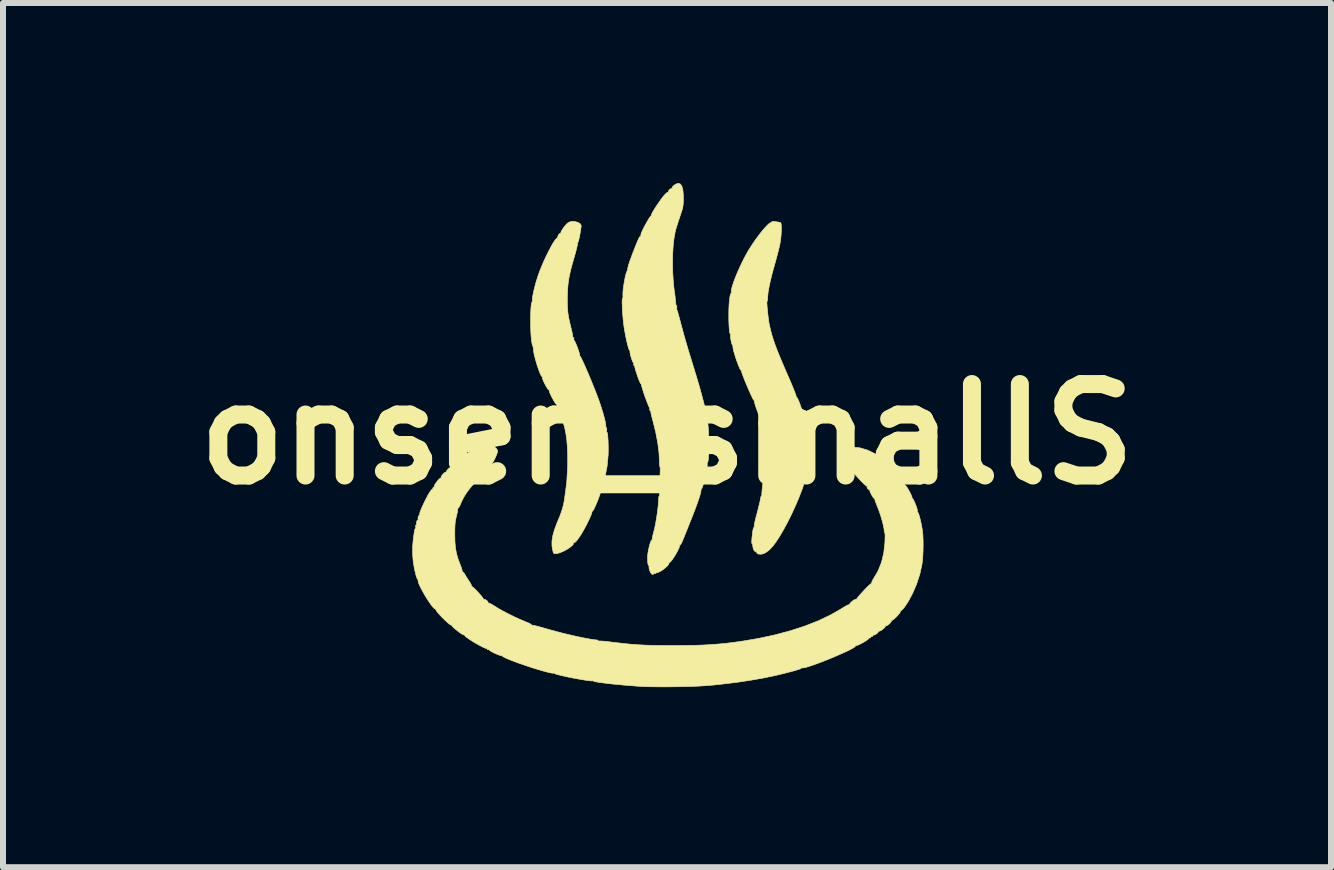
<source format=kicad_pcb>
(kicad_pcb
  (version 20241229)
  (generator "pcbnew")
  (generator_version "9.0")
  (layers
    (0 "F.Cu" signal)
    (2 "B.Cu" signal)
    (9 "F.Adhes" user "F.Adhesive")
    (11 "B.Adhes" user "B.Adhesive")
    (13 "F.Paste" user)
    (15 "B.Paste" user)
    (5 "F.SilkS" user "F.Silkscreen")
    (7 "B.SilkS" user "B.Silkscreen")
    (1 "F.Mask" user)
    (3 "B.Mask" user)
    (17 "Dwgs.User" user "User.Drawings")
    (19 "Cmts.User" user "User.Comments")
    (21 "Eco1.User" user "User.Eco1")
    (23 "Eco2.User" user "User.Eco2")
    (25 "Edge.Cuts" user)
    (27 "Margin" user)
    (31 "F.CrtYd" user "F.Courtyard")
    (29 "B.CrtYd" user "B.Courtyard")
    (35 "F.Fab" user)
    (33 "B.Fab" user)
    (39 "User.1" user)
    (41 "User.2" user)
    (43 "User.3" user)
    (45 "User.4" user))
  (footprint "onsen_smallS"
    (layer "F.Cu")
    (at 8.063 4.183)
    (property "Reference" "onsen_smallS" (at 0 0 0) (layer "F.SilkS") (effects (font (size 1.524 1.524) (thickness 0.3))))
    (attr through_hole)
    (fp_poly (pts (xy -1.518 -3.538) (xy -1.475 -3.523) (xy -1.444 -3.502) (xy -1.43 -3.475) (xy -1.43 -3.465) (xy -1.441 -3.388) (xy -1.453 -3.318) (xy -1.465 -3.261) (xy -1.475 -3.22) (xy -1.483 -3.197) (xy -1.487 -3.195) (xy -1.493 -3.192) (xy -1.491 -3.182) (xy -1.492 -3.164) (xy -1.499 -3.126) (xy -1.512 -3.073) (xy -1.528 -3.011) (xy -1.537 -2.982) (xy -1.571 -2.862) (xy -1.599 -2.761) (xy -1.619 -2.675) (xy -1.635 -2.597) (xy -1.646 -2.524) (xy -1.653 -2.45) (xy -1.658 -2.37) (xy -1.66 -2.329) (xy -1.662 -2.212) (xy -1.659 -2.111) (xy -1.651 -2.017) (xy -1.635 -1.921) (xy -1.611 -1.815) (xy -1.599 -1.767) (xy -1.585 -1.71) (xy -1.575 -1.66) (xy -1.57 -1.625) (xy -1.57 -1.61) (xy -1.571 -1.602) (xy -1.562 -1.607) (xy -1.551 -1.609) (xy -1.552 -1.591) (xy -1.553 -1.588) (xy -1.556 -1.569) (xy -1.552 -1.568) (xy -1.545 -1.561) (xy -1.531 -1.535) (xy -1.514 -1.497) (xy -1.496 -1.451) (xy -1.479 -1.404) (xy -1.465 -1.361) (xy -1.456 -1.328) (xy -1.454 -1.311) (xy -1.454 -1.311) (xy -1.454 -1.299) (xy -1.45 -1.3) (xy -1.442 -1.291) (xy -1.426 -1.262) (xy -1.404 -1.215) (xy -1.376 -1.154) (xy -1.345 -1.082) (xy -1.31 -1.002) (xy -1.275 -0.918) (xy -1.24 -0.832) (xy -1.206 -0.748) (xy -1.175 -0.669) (xy -1.148 -0.598) (xy -1.129 -0.546) (xy -1.097 -0.449) (xy -1.069 -0.359) (xy -1.047 -0.279) (xy -1.03 -0.211) (xy -1.021 -0.16) (xy -1.019 -0.129) (xy -1.02 -0.126) (xy -1.02 -0.109) (xy -1.013 -0.11) (xy -1.005 -0.105) (xy -1.005 -0.078) (xy -1.005 -0.072) (xy -1.007 -0.045) (xy -1.003 -0.032) (xy -1.002 -0.033) (xy -0.996 -0.025) (xy -0.99 0.005) (xy -0.986 0.051) (xy -0.982 0.11) (xy -0.98 0.178) (xy -0.979 0.25) (xy -0.98 0.323) (xy -0.981 0.349) (xy -0.998 0.532) (xy -1.034 0.722) (xy -1.091 0.923) (xy -1.097 0.942) (xy -1.125 1.024) (xy -1.153 1.101) (xy -1.181 1.168) (xy -1.206 1.224) (xy -1.226 1.264) (xy -1.242 1.285) (xy -1.248 1.287) (xy -1.255 1.287) (xy -1.252 1.294) (xy -1.253 1.311) (xy -1.265 1.346) (xy -1.286 1.395) (xy -1.313 1.452) (xy -1.344 1.514) (xy -1.377 1.576) (xy -1.41 1.634) (xy -1.435 1.676) (xy -1.479 1.741) (xy -1.512 1.783) (xy -1.536 1.805) (xy -1.553 1.808) (xy -1.553 1.807) (xy -1.56 1.808) (xy -1.558 1.813) (xy -1.56 1.832) (xy -1.581 1.857) (xy -1.617 1.886) (xy -1.663 1.917) (xy -1.714 1.945) (xy -1.767 1.969) (xy -1.816 1.985) (xy -1.84 1.99) (xy -1.87 1.993) (xy -1.886 1.987) (xy -1.896 1.967) (xy -1.903 1.939) (xy -1.917 1.862) (xy -1.917 1.782) (xy -1.904 1.696) (xy -1.877 1.599) (xy -1.836 1.487) (xy -1.824 1.458) (xy -1.788 1.372) (xy -1.762 1.301) (xy -1.742 1.239) (xy -1.726 1.177) (xy -1.712 1.11) (xy -1.709 1.088) (xy -1.671 0.807) (xy -1.655 0.529) (xy -1.655 0.343) (xy -1.661 0.204) (xy -1.671 0.085) (xy -1.687 -0.021) (xy -1.708 -0.12) (xy -1.738 -0.217) (xy -1.777 -0.318) (xy -1.802 -0.379) (xy -1.82 -0.424) (xy -1.832 -0.461) (xy -1.835 -0.483) (xy -1.834 -0.485) (xy -1.832 -0.494) (xy -1.837 -0.492) (xy -1.848 -0.499) (xy -1.866 -0.523) (xy -1.888 -0.56) (xy -1.912 -0.603) (xy -1.934 -0.646) (xy -1.951 -0.685) (xy -1.961 -0.714) (xy -1.961 -0.726) (xy -1.959 -0.735) (xy -1.964 -0.733) (xy -1.976 -0.739) (xy -1.994 -0.763) (xy -2.016 -0.799) (xy -2.038 -0.841) (xy -2.058 -0.882) (xy -2.072 -0.918) (xy -2.078 -0.943) (xy -2.078 -0.947) (xy -2.077 -0.96) (xy -2.082 -0.959) (xy -2.092 -0.966) (xy -2.107 -0.994) (xy -2.125 -1.037) (xy -2.145 -1.092) (xy -2.166 -1.154) (xy -2.185 -1.219) (xy -2.202 -1.283) (xy -2.216 -1.341) (xy -2.224 -1.389) (xy -2.226 -1.412) (xy -2.229 -1.445) (xy -2.234 -1.464) (xy -2.237 -1.466) (xy -2.242 -1.475) (xy -2.248 -1.505) (xy -2.256 -1.548) (xy -2.259 -1.573) (xy -2.265 -1.632) (xy -2.269 -1.703) (xy -2.272 -1.78) (xy -2.273 -1.861) (xy -2.273 -1.941) (xy -2.271 -2.016) (xy -2.268 -2.084) (xy -2.264 -2.14) (xy -2.258 -2.18) (xy -2.252 -2.201) (xy -2.247 -2.203) (xy -2.242 -2.208) (xy -2.244 -2.222) (xy -2.245 -2.25) (xy -2.238 -2.297) (xy -2.226 -2.359) (xy -2.209 -2.432) (xy -2.189 -2.51) (xy -2.165 -2.588) (xy -2.145 -2.652) (xy -2.116 -2.729) (xy -2.083 -2.81) (xy -2.047 -2.894) (xy -2.008 -2.976) (xy -1.969 -3.054) (xy -1.932 -3.124) (xy -1.898 -3.184) (xy -1.868 -3.23) (xy -1.844 -3.26) (xy -1.828 -3.269) (xy -1.826 -3.268) (xy -1.818 -3.268) (xy -1.821 -3.274) (xy -1.821 -3.293) (xy -1.81 -3.317) (xy -1.794 -3.338) (xy -1.778 -3.346) (xy -1.775 -3.344) (xy -1.767 -3.344) (xy -1.77 -3.351) (xy -1.768 -3.367) (xy -1.752 -3.397) (xy -1.728 -3.434) (xy -1.7 -3.471) (xy -1.671 -3.503) (xy -1.648 -3.523) (xy -1.61 -3.54) (xy -1.565 -3.544) (xy -1.518 -3.538)) (stroke (width 0.01) (type solid)) (fill yes) (layer "F.SilkS"))
    (fp_poly (pts (xy 1.807 -3.54) (xy 1.849 -3.534) (xy 1.881 -3.528) (xy 1.892 -3.524) (xy 1.9 -3.507) (xy 1.904 -3.469) (xy 1.905 -3.417) (xy 1.903 -3.355) (xy 1.898 -3.288) (xy 1.89 -3.222) (xy 1.88 -3.164) (xy 1.868 -3.11) (xy 1.85 -3.038) (xy 1.829 -2.957) (xy 1.806 -2.872) (xy 1.791 -2.819) (xy 1.753 -2.682) (xy 1.722 -2.557) (xy 1.699 -2.448) (xy 1.683 -2.356) (xy 1.677 -2.286) (xy 1.676 -2.272) (xy 1.675 -2.237) (xy 1.67 -2.217) (xy 1.667 -2.214) (xy 1.664 -2.205) (xy 1.664 -2.176) (xy 1.667 -2.131) (xy 1.672 -2.075) (xy 1.678 -2.014) (xy 1.685 -1.952) (xy 1.693 -1.894) (xy 1.7 -1.845) (xy 1.702 -1.836) (xy 1.719 -1.759) (xy 1.739 -1.68) (xy 1.763 -1.598) (xy 1.793 -1.509) (xy 1.83 -1.41) (xy 1.875 -1.298) (xy 1.929 -1.17) (xy 1.992 -1.023) (xy 2.009 -0.985) (xy 2.047 -0.898) (xy 2.081 -0.818) (xy 2.11 -0.747) (xy 2.132 -0.69) (xy 2.147 -0.649) (xy 2.153 -0.628) (xy 2.153 -0.626) (xy 2.153 -0.614) (xy 2.158 -0.615) (xy 2.167 -0.608) (xy 2.182 -0.58) (xy 2.2 -0.538) (xy 2.22 -0.485) (xy 2.24 -0.426) (xy 2.259 -0.366) (xy 2.276 -0.309) (xy 2.288 -0.261) (xy 2.294 -0.225) (xy 2.294 -0.209) (xy 2.293 -0.196) (xy 2.298 -0.196) (xy 2.306 -0.19) (xy 2.314 -0.168) (xy 2.32 -0.137) (xy 2.321 -0.108) (xy 2.317 -0.088) (xy 2.317 -0.087) (xy 2.315 -0.078) (xy 2.321 -0.081) (xy 2.329 -0.074) (xy 2.337 -0.05) (xy 2.343 -0.015) (xy 2.347 0.023) (xy 2.347 0.056) (xy 2.343 0.077) (xy 2.342 0.077) (xy 2.34 0.087) (xy 2.349 0.083) (xy 2.356 0.09) (xy 2.36 0.119) (xy 2.362 0.165) (xy 2.362 0.224) (xy 2.361 0.293) (xy 2.358 0.367) (xy 2.353 0.443) (xy 2.347 0.516) (xy 2.341 0.583) (xy 2.333 0.64) (xy 2.326 0.673) (xy 2.295 0.785) (xy 2.254 0.91) (xy 2.202 1.045) (xy 2.144 1.183) (xy 2.08 1.323) (xy 2.013 1.459) (xy 1.944 1.586) (xy 1.877 1.702) (xy 1.812 1.801) (xy 1.758 1.872) (xy 1.696 1.936) (xy 1.635 1.979) (xy 1.578 2) (xy 1.525 1.998) (xy 1.514 1.994) (xy 1.494 1.979) (xy 1.493 1.967) (xy 1.495 1.958) (xy 1.49 1.96) (xy 1.471 1.959) (xy 1.452 1.94) (xy 1.437 1.908) (xy 1.429 1.871) (xy 1.429 1.867) (xy 1.426 1.838) (xy 1.42 1.825) (xy 1.417 1.826) (xy 1.412 1.818) (xy 1.411 1.789) (xy 1.414 1.743) (xy 1.414 1.739) (xy 1.423 1.659) (xy 1.43 1.603) (xy 1.438 1.569) (xy 1.445 1.556) (xy 1.448 1.556) (xy 1.454 1.551) (xy 1.452 1.539) (xy 1.453 1.519) (xy 1.46 1.479) (xy 1.472 1.425) (xy 1.488 1.361) (xy 1.498 1.326) (xy 1.516 1.255) (xy 1.533 1.187) (xy 1.547 1.13) (xy 1.555 1.088) (xy 1.557 1.077) (xy 1.564 1.043) (xy 1.572 1.025) (xy 1.576 1.023) (xy 1.582 1.02) (xy 1.58 1.012) (xy 1.579 0.994) (xy 1.582 0.955) (xy 1.587 0.9) (xy 1.595 0.834) (xy 1.601 0.779) (xy 1.618 0.632) (xy 1.628 0.484) (xy 1.632 0.34) (xy 1.631 0.204) (xy 1.624 0.082) (xy 1.61 -0.023) (xy 1.603 -0.061) (xy 1.591 -0.116) (xy 1.584 -0.163) (xy 1.581 -0.195) (xy 1.583 -0.207) (xy 1.585 -0.215) (xy 1.581 -0.212) (xy 1.573 -0.22) (xy 1.56 -0.247) (xy 1.542 -0.288) (xy 1.522 -0.338) (xy 1.502 -0.391) (xy 1.483 -0.444) (xy 1.468 -0.491) (xy 1.458 -0.527) (xy 1.456 -0.542) (xy 1.452 -0.561) (xy 1.447 -0.565) (xy 1.439 -0.574) (xy 1.424 -0.602) (xy 1.403 -0.646) (xy 1.378 -0.701) (xy 1.35 -0.763) (xy 1.323 -0.828) (xy 1.296 -0.892) (xy 1.273 -0.951) (xy 1.254 -1.001) (xy 1.242 -1.036) (xy 1.239 -1.054) (xy 1.239 -1.055) (xy 1.241 -1.065) (xy 1.235 -1.062) (xy 1.225 -1.07) (xy 1.21 -1.097) (xy 1.192 -1.139) (xy 1.172 -1.192) (xy 1.151 -1.251) (xy 1.132 -1.311) (xy 1.115 -1.368) (xy 1.103 -1.416) (xy 1.097 -1.452) (xy 1.098 -1.469) (xy 1.098 -1.481) (xy 1.093 -1.48) (xy 1.086 -1.488) (xy 1.077 -1.513) (xy 1.068 -1.55) (xy 1.061 -1.59) (xy 1.057 -1.627) (xy 1.058 -1.653) (xy 1.059 -1.658) (xy 1.06 -1.671) (xy 1.056 -1.671) (xy 1.048 -1.678) (xy 1.041 -1.709) (xy 1.036 -1.76) (xy 1.032 -1.829) (xy 1.029 -1.914) (xy 1.029 -1.996) (xy 1.03 -2.073) (xy 1.033 -2.147) (xy 1.039 -2.215) (xy 1.045 -2.272) (xy 1.053 -2.315) (xy 1.06 -2.339) (xy 1.067 -2.343) (xy 1.072 -2.349) (xy 1.07 -2.366) (xy 1.072 -2.4) (xy 1.084 -2.454) (xy 1.106 -2.522) (xy 1.135 -2.602) (xy 1.171 -2.689) (xy 1.212 -2.781) (xy 1.256 -2.874) (xy 1.302 -2.963) (xy 1.348 -3.046) (xy 1.364 -3.073) (xy 1.416 -3.154) (xy 1.47 -3.234) (xy 1.525 -3.309) (xy 1.578 -3.377) (xy 1.627 -3.435) (xy 1.671 -3.481) (xy 1.705 -3.512) (xy 1.73 -3.525) (xy 1.736 -3.525) (xy 1.748 -3.525) (xy 1.745 -3.533) (xy 1.747 -3.541) (xy 1.769 -3.543) (xy 1.807 -3.54)) (stroke (width 0.01) (type solid)) (fill yes) (layer "F.SilkS"))
    (fp_poly (pts (xy 0.222 -4.167) (xy 0.246 -4.132) (xy 0.263 -4.074) (xy 0.271 -3.993) (xy 0.273 -3.924) (xy 0.272 -3.869) (xy 0.269 -3.825) (xy 0.263 -3.785) (xy 0.253 -3.742) (xy 0.236 -3.689) (xy 0.213 -3.619) (xy 0.189 -3.549) (xy 0.167 -3.479) (xy 0.148 -3.418) (xy 0.136 -3.371) (xy 0.135 -3.365) (xy 0.116 -3.259) (xy 0.102 -3.133) (xy 0.094 -2.993) (xy 0.092 -2.845) (xy 0.095 -2.695) (xy 0.104 -2.547) (xy 0.118 -2.408) (xy 0.122 -2.381) (xy 0.131 -2.317) (xy 0.138 -2.257) (xy 0.143 -2.21) (xy 0.145 -2.182) (xy 0.148 -2.154) (xy 0.155 -2.142) (xy 0.157 -2.143) (xy 0.163 -2.137) (xy 0.163 -2.114) (xy 0.163 -2.11) (xy 0.16 -2.085) (xy 0.162 -2.076) (xy 0.163 -2.076) (xy 0.167 -2.066) (xy 0.177 -2.036) (xy 0.191 -1.987) (xy 0.208 -1.925) (xy 0.227 -1.853) (xy 0.229 -1.844) (xy 0.253 -1.755) (xy 0.282 -1.65) (xy 0.314 -1.538) (xy 0.346 -1.429) (xy 0.375 -1.333) (xy 0.436 -1.135) (xy 0.49 -0.958) (xy 0.536 -0.802) (xy 0.575 -0.663) (xy 0.607 -0.54) (xy 0.634 -0.432) (xy 0.655 -0.335) (xy 0.67 -0.248) (xy 0.681 -0.168) (xy 0.688 -0.095) (xy 0.691 -0.026) (xy 0.692 0.003) (xy 0.693 0.056) (xy 0.695 0.097) (xy 0.699 0.122) (xy 0.702 0.127) (xy 0.709 0.138) (xy 0.711 0.159) (xy 0.708 0.181) (xy 0.701 0.186) (xy 0.696 0.192) (xy 0.696 0.217) (xy 0.696 0.224) (xy 0.698 0.258) (xy 0.697 0.303) (xy 0.694 0.353) (xy 0.69 0.401) (xy 0.684 0.442) (xy 0.679 0.469) (xy 0.673 0.476) (xy 0.667 0.481) (xy 0.669 0.494) (xy 0.67 0.518) (xy 0.665 0.558) (xy 0.656 0.611) (xy 0.644 0.671) (xy 0.63 0.733) (xy 0.615 0.793) (xy 0.601 0.847) (xy 0.587 0.889) (xy 0.576 0.914) (xy 0.57 0.92) (xy 0.564 0.923) (xy 0.566 0.932) (xy 0.565 0.954) (xy 0.554 0.999) (xy 0.534 1.065) (xy 0.504 1.152) (xy 0.465 1.258) (xy 0.417 1.382) (xy 0.368 1.505) (xy 0.328 1.605) (xy 0.296 1.684) (xy 0.272 1.744) (xy 0.254 1.787) (xy 0.24 1.817) (xy 0.23 1.836) (xy 0.224 1.845) (xy 0.218 1.848) (xy 0.213 1.846) (xy 0.212 1.845) (xy 0.205 1.846) (xy 0.209 1.853) (xy 0.208 1.871) (xy 0.196 1.905) (xy 0.175 1.948) (xy 0.149 1.995) (xy 0.12 2.043) (xy 0.091 2.086) (xy 0.065 2.119) (xy 0.046 2.138) (xy 0.037 2.139) (xy 0.031 2.142) (xy 0.033 2.15) (xy 0.027 2.169) (xy 0.006 2.196) (xy -0.028 2.227) (xy -0.067 2.258) (xy -0.108 2.284) (xy -0.143 2.302) (xy -0.168 2.308) (xy -0.172 2.307) (xy -0.185 2.306) (xy -0.183 2.314) (xy -0.183 2.323) (xy -0.201 2.321) (xy -0.22 2.32) (xy -0.222 2.325) (xy -0.226 2.334) (xy -0.24 2.337) (xy -0.26 2.328) (xy -0.278 2.299) (xy -0.286 2.28) (xy -0.298 2.242) (xy -0.301 2.212) (xy -0.3 2.203) (xy -0.299 2.19) (xy -0.304 2.19) (xy -0.312 2.184) (xy -0.319 2.158) (xy -0.323 2.119) (xy -0.324 2.072) (xy -0.323 2.023) (xy -0.319 1.987) (xy -0.308 1.925) (xy -0.295 1.866) (xy -0.281 1.817) (xy -0.267 1.781) (xy -0.255 1.762) (xy -0.25 1.761) (xy -0.243 1.761) (xy -0.246 1.755) (xy -0.247 1.737) (xy -0.24 1.702) (xy -0.229 1.654) (xy -0.222 1.629) (xy -0.207 1.57) (xy -0.191 1.493) (xy -0.176 1.406) (xy -0.162 1.315) (xy -0.151 1.228) (xy -0.143 1.151) (xy -0.14 1.092) (xy -0.14 1.088) (xy -0.138 1.054) (xy -0.134 1.035) (xy -0.13 1.033) (xy -0.126 1.025) (xy -0.124 0.997) (xy -0.124 0.956) (xy -0.124 0.955) (xy -0.125 0.908) (xy -0.124 0.844) (xy -0.121 0.772) (xy -0.118 0.708) (xy -0.115 0.647) (xy -0.113 0.597) (xy -0.114 0.562) (xy -0.117 0.546) (xy -0.117 0.546) (xy -0.122 0.534) (xy -0.125 0.503) (xy -0.127 0.459) (xy -0.127 0.447) (xy -0.134 0.307) (xy -0.154 0.15) (xy -0.186 -0.021) (xy -0.23 -0.201) (xy -0.242 -0.245) (xy -0.257 -0.301) (xy -0.267 -0.349) (xy -0.272 -0.382) (xy -0.272 -0.396) (xy -0.27 -0.404) (xy -0.279 -0.4) (xy -0.291 -0.398) (xy -0.289 -0.415) (xy -0.289 -0.418) (xy -0.286 -0.437) (xy -0.289 -0.439) (xy -0.296 -0.447) (xy -0.309 -0.475) (xy -0.326 -0.517) (xy -0.346 -0.569) (xy -0.367 -0.626) (xy -0.387 -0.684) (xy -0.404 -0.737) (xy -0.417 -0.781) (xy -0.425 -0.812) (xy -0.426 -0.823) (xy -0.426 -0.834) (xy -0.43 -0.833) (xy -0.439 -0.841) (xy -0.453 -0.868) (xy -0.47 -0.909) (xy -0.488 -0.958) (xy -0.506 -1.011) (xy -0.522 -1.061) (xy -0.534 -1.104) (xy -0.54 -1.133) (xy -0.539 -1.144) (xy -0.537 -1.154) (xy -0.546 -1.149) (xy -0.557 -1.147) (xy -0.556 -1.165) (xy -0.556 -1.166) (xy -0.553 -1.185) (xy -0.558 -1.188) (xy -0.566 -1.196) (xy -0.578 -1.221) (xy -0.591 -1.258) (xy -0.604 -1.299) (xy -0.613 -1.338) (xy -0.618 -1.368) (xy -0.617 -1.379) (xy -0.616 -1.392) (xy -0.621 -1.391) (xy -0.629 -1.4) (xy -0.64 -1.429) (xy -0.653 -1.475) (xy -0.668 -1.534) (xy -0.683 -1.602) (xy -0.697 -1.674) (xy -0.71 -1.748) (xy -0.717 -1.791) (xy -0.725 -1.854) (xy -0.732 -1.923) (xy -0.738 -1.996) (xy -0.743 -2.067) (xy -0.746 -2.133) (xy -0.748 -2.189) (xy -0.747 -2.23) (xy -0.745 -2.254) (xy -0.742 -2.257) (xy -0.736 -2.264) (xy -0.734 -2.291) (xy -0.735 -2.311) (xy -0.735 -2.353) (xy -0.731 -2.406) (xy -0.723 -2.467) (xy -0.713 -2.53) (xy -0.702 -2.592) (xy -0.69 -2.646) (xy -0.678 -2.689) (xy -0.667 -2.716) (xy -0.659 -2.723) (xy -0.653 -2.726) (xy -0.655 -2.736) (xy -0.655 -2.761) (xy -0.644 -2.808) (xy -0.622 -2.878) (xy -0.588 -2.97) (xy -0.546 -3.08) (xy -0.515 -3.158) (xy -0.491 -3.215) (xy -0.474 -3.254) (xy -0.462 -3.279) (xy -0.453 -3.291) (xy -0.446 -3.295) (xy -0.441 -3.293) (xy -0.434 -3.294) (xy -0.436 -3.299) (xy -0.437 -3.318) (xy -0.429 -3.35) (xy -0.424 -3.361) (xy -0.405 -3.403) (xy -0.381 -3.452) (xy -0.353 -3.503) (xy -0.325 -3.552) (xy -0.3 -3.594) (xy -0.279 -3.624) (xy -0.267 -3.637) (xy -0.265 -3.637) (xy -0.259 -3.64) (xy -0.261 -3.648) (xy -0.257 -3.665) (xy -0.24 -3.698) (xy -0.214 -3.743) (xy -0.18 -3.796) (xy -0.143 -3.851) (xy -0.104 -3.906) (xy -0.067 -3.955) (xy -0.049 -3.977) (xy -0.02 -4.008) (xy 0.003 -4.027) (xy 0.016 -4.03) (xy 0.024 -4.03) (xy 0.021 -4.035) (xy 0.024 -4.051) (xy 0.039 -4.071) (xy 0.06 -4.088) (xy 0.078 -4.095) (xy 0.082 -4.093) (xy 0.087 -4.092) (xy 0.085 -4.098) (xy 0.087 -4.116) (xy 0.107 -4.138) (xy 0.136 -4.159) (xy 0.168 -4.174) (xy 0.19 -4.178) (xy 0.222 -4.167)) (stroke (width 0.01) (type solid)) (fill yes) (layer "F.SilkS"))
    (fp_poly (pts (xy -2.943 0.182) (xy -2.885 0.202) (xy -2.841 0.242) (xy -2.837 0.248) (xy -2.825 0.269) (xy -2.823 0.289) (xy -2.83 0.317) (xy -2.839 0.34) (xy -2.86 0.391) (xy -2.883 0.437) (xy -2.905 0.474) (xy -2.924 0.497) (xy -2.935 0.501) (xy -2.941 0.504) (xy -2.939 0.514) (xy -2.943 0.529) (xy -2.964 0.557) (xy -3.001 0.6) (xy -3.056 0.658) (xy -3.106 0.708) (xy -3.201 0.806) (xy -3.277 0.893) (xy -3.338 0.974) (xy -3.387 1.051) (xy -3.425 1.129) (xy -3.437 1.158) (xy -3.456 1.2) (xy -3.472 1.227) (xy -3.483 1.236) (xy -3.484 1.236) (xy -3.49 1.236) (xy -3.488 1.242) (xy -3.487 1.26) (xy -3.492 1.296) (xy -3.503 1.343) (xy -3.507 1.362) (xy -3.519 1.409) (xy -3.527 1.454) (xy -3.532 1.504) (xy -3.535 1.565) (xy -3.536 1.644) (xy -3.536 1.67) (xy -3.534 1.787) (xy -3.526 1.886) (xy -3.51 1.977) (xy -3.486 2.066) (xy -3.451 2.161) (xy -3.441 2.186) (xy -3.424 2.231) (xy -3.414 2.267) (xy -3.411 2.288) (xy -3.412 2.289) (xy -3.412 2.297) (xy -3.408 2.295) (xy -3.395 2.3) (xy -3.376 2.323) (xy -3.366 2.34) (xy -3.341 2.383) (xy -3.31 2.431) (xy -3.293 2.455) (xy -3.272 2.489) (xy -3.259 2.517) (xy -3.258 2.528) (xy -3.258 2.538) (xy -3.254 2.537) (xy -3.241 2.544) (xy -3.216 2.566) (xy -3.183 2.597) (xy -3.148 2.635) (xy -3.113 2.673) (xy -3.084 2.708) (xy -3.064 2.735) (xy -3.058 2.749) (xy -3.058 2.75) (xy -3.058 2.754) (xy -3.053 2.752) (xy -3.034 2.753) (xy -3.01 2.766) (xy -2.989 2.786) (xy -2.979 2.804) (xy -2.98 2.81) (xy -2.98 2.817) (xy -2.975 2.815) (xy -2.958 2.817) (xy -2.927 2.832) (xy -2.887 2.856) (xy -2.874 2.864) (xy -2.812 2.903) (xy -2.732 2.948) (xy -2.642 2.995) (xy -2.549 3.041) (xy -2.458 3.083) (xy -2.377 3.117) (xy -2.359 3.125) (xy -2.311 3.144) (xy -2.276 3.162) (xy -2.258 3.175) (xy -2.257 3.179) (xy -2.256 3.186) (xy -2.251 3.183) (xy -2.235 3.184) (xy -2.199 3.191) (xy -2.147 3.204) (xy -2.084 3.221) (xy -2.03 3.237) (xy -1.934 3.264) (xy -1.83 3.292) (xy -1.722 3.32) (xy -1.613 3.346) (xy -1.507 3.37) (xy -1.408 3.391) (xy -1.319 3.408) (xy -1.245 3.421) (xy -1.19 3.428) (xy -1.167 3.429) (xy -1.15 3.434) (xy -1.149 3.442) (xy -1.147 3.449) (xy -1.138 3.447) (xy -1.119 3.446) (xy -1.08 3.448) (xy -1.027 3.452) (xy -0.966 3.459) (xy -0.963 3.46) (xy -0.827 3.476) (xy -0.705 3.49) (xy -0.592 3.501) (xy -0.481 3.509) (xy -0.369 3.515) (xy -0.25 3.519) (xy -0.118 3.521) (xy 0.032 3.522) (xy 0.102 3.522) (xy 0.286 3.521) (xy 0.449 3.519) (xy 0.598 3.514) (xy 0.735 3.506) (xy 0.867 3.496) (xy 0.999 3.483) (xy 1.134 3.466) (xy 1.226 3.454) (xy 1.516 3.405) (xy 1.792 3.346) (xy 2.054 3.276) (xy 2.298 3.197) (xy 2.524 3.108) (xy 2.729 3.01) (xy 2.912 2.905) (xy 2.928 2.894) (xy 2.972 2.867) (xy 3.009 2.848) (xy 3.033 2.84) (xy 3.038 2.84) (xy 3.046 2.841) (xy 3.044 2.836) (xy 3.048 2.821) (xy 3.067 2.799) (xy 3.095 2.777) (xy 3.123 2.758) (xy 3.146 2.75) (xy 3.153 2.751) (xy 3.162 2.754) (xy 3.159 2.75) (xy 3.164 2.738) (xy 3.184 2.712) (xy 3.214 2.677) (xy 3.251 2.636) (xy 3.291 2.593) (xy 3.33 2.553) (xy 3.365 2.519) (xy 3.392 2.495) (xy 3.407 2.486) (xy 3.407 2.486) (xy 3.412 2.482) (xy 3.41 2.477) (xy 3.412 2.46) (xy 3.426 2.431) (xy 3.439 2.41) (xy 3.517 2.277) (xy 3.574 2.134) (xy 3.611 1.978) (xy 3.63 1.808) (xy 3.632 1.747) (xy 3.633 1.696) (xy 3.632 1.662) (xy 3.63 1.647) (xy 3.629 1.647) (xy 3.622 1.64) (xy 3.62 1.616) (xy 3.619 1.615) (xy 3.615 1.575) (xy 3.603 1.517) (xy 3.586 1.447) (xy 3.564 1.373) (xy 3.54 1.299) (xy 3.515 1.233) (xy 3.511 1.223) (xy 3.49 1.172) (xy 3.474 1.128) (xy 3.464 1.098) (xy 3.463 1.09) (xy 3.458 1.074) (xy 3.454 1.073) (xy 3.444 1.067) (xy 3.427 1.043) (xy 3.408 1.011) (xy 3.39 0.976) (xy 3.377 0.945) (xy 3.373 0.926) (xy 3.374 0.924) (xy 3.374 0.916) (xy 3.369 0.919) (xy 3.352 0.918) (xy 3.337 0.902) (xy 3.332 0.882) (xy 3.335 0.875) (xy 3.337 0.865) (xy 3.331 0.868) (xy 3.318 0.862) (xy 3.293 0.84) (xy 3.257 0.806) (xy 3.215 0.763) (xy 3.171 0.715) (xy 3.126 0.665) (xy 3.086 0.618) (xy 3.053 0.576) (xy 3.045 0.565) (xy 3.01 0.511) (xy 2.983 0.458) (xy 2.966 0.413) (xy 2.963 0.38) (xy 2.964 0.374) (xy 2.965 0.361) (xy 2.959 0.362) (xy 2.951 0.355) (xy 2.947 0.327) (xy 2.946 0.301) (xy 2.947 0.263) (xy 2.954 0.239) (xy 2.969 0.225) (xy 2.999 0.218) (xy 3.047 0.216) (xy 3.084 0.216) (xy 3.212 0.228) (xy 3.339 0.265) (xy 3.466 0.327) (xy 3.581 0.405) (xy 3.631 0.445) (xy 3.681 0.489) (xy 3.728 0.534) (xy 3.768 0.577) (xy 3.797 0.613) (xy 3.814 0.639) (xy 3.815 0.649) (xy 3.814 0.658) (xy 3.819 0.656) (xy 3.836 0.658) (xy 3.855 0.674) (xy 3.867 0.696) (xy 3.866 0.712) (xy 3.864 0.722) (xy 3.87 0.72) (xy 3.887 0.721) (xy 3.902 0.736) (xy 3.907 0.757) (xy 3.904 0.763) (xy 3.902 0.773) (xy 3.908 0.77) (xy 3.923 0.774) (xy 3.94 0.792) (xy 3.954 0.815) (xy 3.957 0.836) (xy 3.956 0.839) (xy 3.957 0.848) (xy 3.963 0.848) (xy 3.976 0.857) (xy 3.995 0.883) (xy 4.019 0.92) (xy 4.042 0.963) (xy 4.063 1.004) (xy 4.078 1.039) (xy 4.083 1.062) (xy 4.083 1.064) (xy 4.084 1.075) (xy 4.089 1.074) (xy 4.098 1.081) (xy 4.112 1.106) (xy 4.129 1.144) (xy 4.146 1.187) (xy 4.161 1.229) (xy 4.171 1.265) (xy 4.173 1.288) (xy 4.173 1.291) (xy 4.172 1.303) (xy 4.177 1.303) (xy 4.185 1.311) (xy 4.196 1.339) (xy 4.209 1.384) (xy 4.223 1.439) (xy 4.236 1.501) (xy 4.248 1.565) (xy 4.254 1.6) (xy 4.262 1.67) (xy 4.266 1.757) (xy 4.267 1.855) (xy 4.265 1.955) (xy 4.26 2.051) (xy 4.252 2.134) (xy 4.247 2.173) (xy 4.211 2.335) (xy 4.158 2.497) (xy 4.092 2.652) (xy 4.016 2.793) (xy 3.968 2.865) (xy 3.938 2.905) (xy 3.913 2.93) (xy 3.897 2.939) (xy 3.896 2.938) (xy 3.888 2.938) (xy 3.892 2.946) (xy 3.888 2.961) (xy 3.87 2.988) (xy 3.843 3.02) (xy 3.812 3.053) (xy 3.781 3.081) (xy 3.756 3.099) (xy 3.742 3.103) (xy 3.736 3.103) (xy 3.738 3.108) (xy 3.735 3.124) (xy 3.717 3.147) (xy 3.692 3.171) (xy 3.666 3.189) (xy 3.647 3.195) (xy 3.644 3.194) (xy 3.634 3.191) (xy 3.637 3.197) (xy 3.633 3.212) (xy 3.614 3.234) (xy 3.586 3.257) (xy 3.558 3.275) (xy 3.535 3.283) (xy 3.529 3.282) (xy 3.52 3.28) (xy 3.522 3.285) (xy 3.518 3.3) (xy 3.5 3.319) (xy 3.475 3.337) (xy 3.451 3.347) (xy 3.441 3.346) (xy 3.432 3.348) (xy 3.432 3.355) (xy 3.425 3.368) (xy 3.414 3.37) (xy 3.397 3.375) (xy 3.395 3.383) (xy 3.387 3.394) (xy 3.375 3.396) (xy 3.36 3.399) (xy 3.359 3.404) (xy 3.353 3.415) (xy 3.329 3.433) (xy 3.293 3.456) (xy 3.252 3.48) (xy 3.211 3.501) (xy 3.176 3.517) (xy 3.153 3.524) (xy 3.148 3.523) (xy 3.139 3.521) (xy 3.141 3.528) (xy 3.135 3.539) (xy 3.107 3.559) (xy 3.062 3.584) (xy 3.002 3.614) (xy 2.93 3.647) (xy 2.85 3.682) (xy 2.765 3.719) (xy 2.677 3.755) (xy 2.589 3.79) (xy 2.506 3.821) (xy 2.429 3.849) (xy 2.362 3.871) (xy 2.308 3.887) (xy 2.27 3.894) (xy 2.253 3.894) (xy 2.24 3.893) (xy 2.24 3.897) (xy 2.232 3.905) (xy 2.201 3.917) (xy 2.15 3.933) (xy 2.083 3.952) (xy 2.002 3.973) (xy 1.91 3.996) (xy 1.81 4.02) (xy 1.784 4.026) (xy 1.604 4.063) (xy 1.406 4.098) (xy 1.197 4.13) (xy 0.984 4.157) (xy 0.775 4.18) (xy 0.641 4.191) (xy 0.543 4.197) (xy 0.427 4.202) (xy 0.298 4.205) (xy 0.163 4.208) (xy 0.025 4.21) (xy -0.108 4.21) (xy -0.231 4.209) (xy -0.339 4.207) (xy -0.411 4.204) (xy -0.507 4.198) (xy -0.608 4.19) (xy -0.71 4.182) (xy -0.811 4.172) (xy -0.908 4.163) (xy -0.997 4.153) (xy -1.076 4.143) (xy -1.141 4.134) (xy -1.189 4.126) (xy -1.218 4.119) (xy -1.225 4.114) (xy -1.23 4.109) (xy -1.243 4.111) (xy -1.265 4.111) (xy -1.306 4.107) (xy -1.362 4.099) (xy -1.429 4.088) (xy -1.502 4.075) (xy -1.578 4.061) (xy -1.653 4.046) (xy -1.723 4.03) (xy -1.784 4.016) (xy -1.832 4.004) (xy -1.863 3.993) (xy -1.872 3.986) (xy -1.872 3.986) (xy -1.875 3.98) (xy -1.884 3.982) (xy -1.906 3.983) (xy -1.948 3.976) (xy -2.005 3.962) (xy -2.075 3.943) (xy -2.153 3.92) (xy -2.238 3.894) (xy -2.326 3.865) (xy -2.413 3.835) (xy -2.497 3.806) (xy -2.573 3.777) (xy -2.64 3.751) (xy -2.693 3.728) (xy -2.73 3.709) (xy -2.747 3.696) (xy -2.747 3.692) (xy -2.747 3.685) (xy -2.756 3.689) (xy -2.773 3.689) (xy -2.804 3.679) (xy -2.844 3.663) (xy -2.886 3.644) (xy -2.924 3.624) (xy -2.952 3.606) (xy -2.964 3.594) (xy -2.964 3.592) (xy -2.968 3.587) (xy -2.98 3.59) (xy -2.994 3.593) (xy -2.991 3.582) (xy -2.987 3.571) (xy -2.996 3.574) (xy -3.013 3.572) (xy -3.046 3.559) (xy -3.091 3.537) (xy -3.143 3.509) (xy -3.198 3.478) (xy -3.252 3.445) (xy -3.301 3.413) (xy -3.34 3.385) (xy -3.365 3.364) (xy -3.371 3.352) (xy -3.371 3.352) (xy -3.374 3.345) (xy -3.381 3.346) (xy -3.398 3.341) (xy -3.428 3.324) (xy -3.465 3.298) (xy -3.505 3.267) (xy -3.541 3.237) (xy -3.57 3.21) (xy -3.584 3.192) (xy -3.584 3.188) (xy -3.589 3.18) (xy -3.595 3.182) (xy -3.609 3.177) (xy -3.636 3.157) (xy -3.672 3.126) (xy -3.713 3.087) (xy -3.755 3.045) (xy -3.794 3.003) (xy -3.826 2.966) (xy -3.847 2.937) (xy -3.854 2.921) (xy -3.854 2.92) (xy -3.851 2.91) (xy -3.859 2.913) (xy -3.874 2.909) (xy -3.898 2.885) (xy -3.929 2.846) (xy -3.964 2.796) (xy -4.002 2.738) (xy -4.04 2.676) (xy -4.075 2.613) (xy -4.106 2.555) (xy -4.13 2.503) (xy -4.145 2.463) (xy -4.149 2.437) (xy -4.149 2.436) (xy -4.148 2.42) (xy -4.153 2.419) (xy -4.161 2.412) (xy -4.173 2.383) (xy -4.186 2.339) (xy -4.199 2.284) (xy -4.212 2.222) (xy -4.223 2.157) (xy -4.23 2.108) (xy -4.236 2.036) (xy -4.239 1.954) (xy -4.238 1.879) (xy -4.238 1.867) (xy -4.232 1.798) (xy -4.225 1.731) (xy -4.217 1.67) (xy -4.209 1.62) (xy -4.201 1.585) (xy -4.193 1.569) (xy -4.191 1.568) (xy -4.186 1.562) (xy -4.188 1.541) (xy -4.19 1.518) (xy -4.181 1.516) (xy -4.178 1.518) (xy -4.168 1.521) (xy -4.171 1.513) (xy -4.176 1.492) (xy -4.173 1.465) (xy -4.165 1.441) (xy -4.154 1.43) (xy -4.15 1.431) (xy -4.142 1.431) (xy -4.145 1.425) (xy -4.149 1.405) (xy -4.146 1.38) (xy -4.137 1.359) (xy -4.127 1.353) (xy -4.126 1.353) (xy -4.12 1.35) (xy -4.122 1.341) (xy -4.121 1.321) (xy -4.11 1.284) (xy -4.09 1.235) (xy -4.065 1.179) (xy -4.037 1.12) (xy -4.007 1.061) (xy -3.978 1.007) (xy -3.951 0.963) (xy -3.93 0.933) (xy -3.915 0.92) (xy -3.912 0.92) (xy -3.904 0.916) (xy -3.904 0.905) (xy -3.897 0.888) (xy -3.888 0.886) (xy -3.878 0.882) (xy -3.88 0.876) (xy -3.878 0.86) (xy -3.863 0.832) (xy -3.84 0.799) (xy -3.814 0.767) (xy -3.79 0.742) (xy -3.773 0.731) (xy -3.769 0.732) (xy -3.761 0.733) (xy -3.765 0.725) (xy -3.763 0.708) (xy -3.747 0.682) (xy -3.724 0.657) (xy -3.7 0.637) (xy -3.682 0.63) (xy -3.679 0.631) (xy -3.672 0.631) (xy -3.674 0.626) (xy -3.671 0.61) (xy -3.655 0.589) (xy -3.633 0.568) (xy -3.612 0.555) (xy -3.601 0.555) (xy -3.595 0.557) (xy -3.598 0.551) (xy -3.594 0.535) (xy -3.576 0.511) (xy -3.55 0.484) (xy -3.523 0.462) (xy -3.501 0.45) (xy -3.493 0.45) (xy -3.483 0.45) (xy -3.483 0.443) (xy -3.474 0.428) (xy -3.448 0.404) (xy -3.407 0.372) (xy -3.356 0.337) (xy -3.299 0.301) (xy -3.239 0.266) (xy -3.191 0.241) (xy -3.097 0.201) (xy -3.014 0.181) (xy -2.943 0.182)) (stroke (width 0.01) (type solid)) (fill yes) (layer "F.SilkS")))
  (gr_rect
    (start -3 -3)
    (end 19.125 11.398)
    (stroke (width 0.1) (type default))
    (fill no)
    (layer "Edge.Cuts")))
</source>
